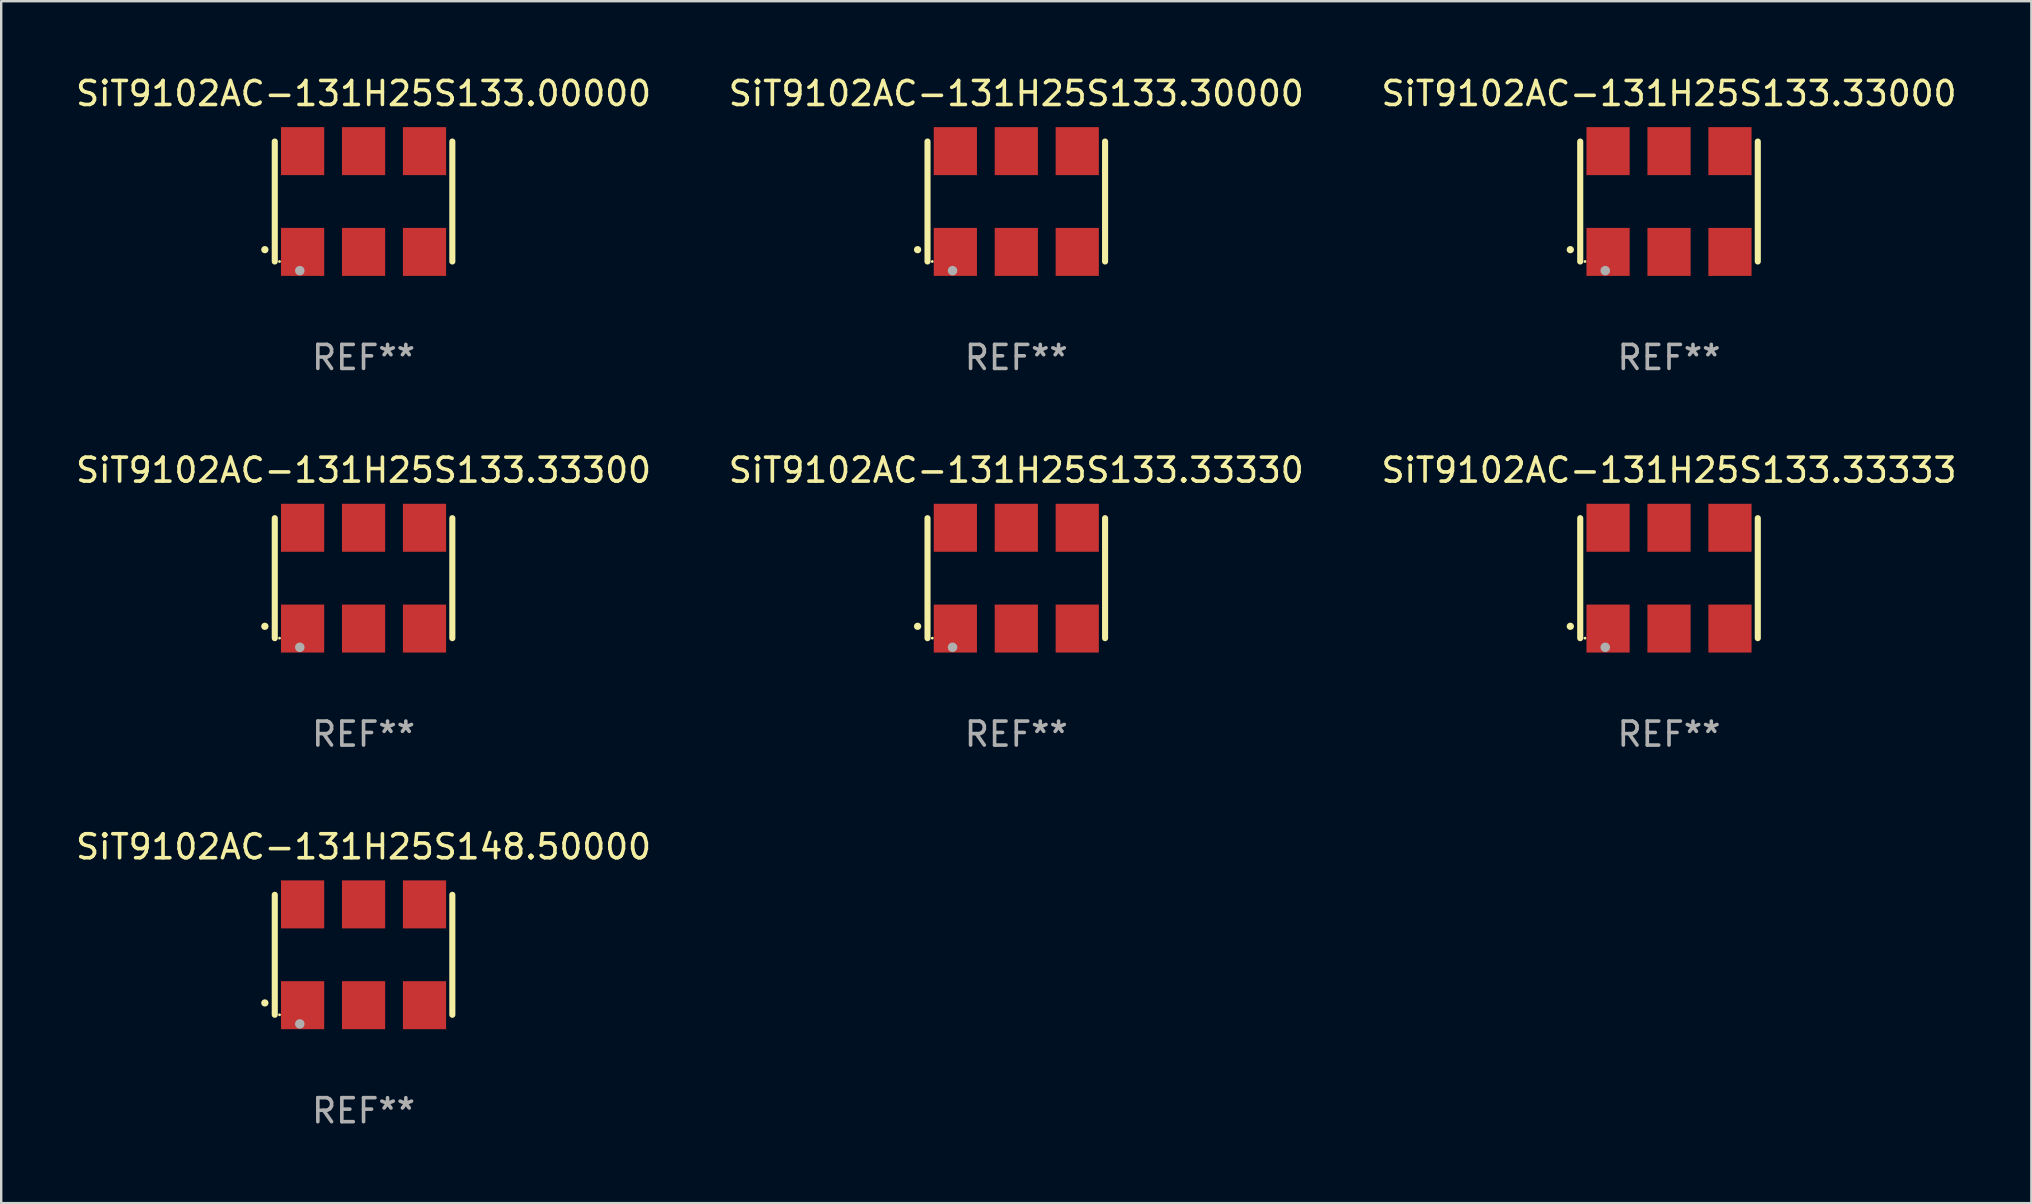
<source format=kicad_pcb>
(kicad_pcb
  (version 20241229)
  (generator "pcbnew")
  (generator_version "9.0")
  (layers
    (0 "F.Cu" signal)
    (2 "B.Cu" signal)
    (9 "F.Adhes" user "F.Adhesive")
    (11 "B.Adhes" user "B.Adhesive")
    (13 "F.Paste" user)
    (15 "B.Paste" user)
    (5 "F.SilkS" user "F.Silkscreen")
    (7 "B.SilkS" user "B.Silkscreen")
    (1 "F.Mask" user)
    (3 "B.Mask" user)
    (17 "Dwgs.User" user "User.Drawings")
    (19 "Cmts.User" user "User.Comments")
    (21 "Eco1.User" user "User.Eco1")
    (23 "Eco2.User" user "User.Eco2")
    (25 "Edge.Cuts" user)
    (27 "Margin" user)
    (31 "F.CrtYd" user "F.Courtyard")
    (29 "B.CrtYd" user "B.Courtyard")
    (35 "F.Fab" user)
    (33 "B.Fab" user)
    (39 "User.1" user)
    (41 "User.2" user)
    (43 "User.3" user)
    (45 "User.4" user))
  (footprint "SiT9102AC-131H25S133.33000"
    (layer "F.Cu")
    (at 66.506 5.348)
    (property "Reference" "SiT9102AC-131H25S133.33000" (at 0 -4.5 0) (layer "F.SilkS") (effects (font (size 1 1) (thickness 0.15))))
    (attr through_hole)
    (fp_line (start -3.7 -2.5) (end -3.7 2.5) (stroke (width 0.254) (type solid)) (layer "F.SilkS"))
    (fp_line (start 3.7 -2.5) (end 3.7 2.5) (stroke (width 0.254) (type solid)) (layer "F.SilkS"))
    (fp_arc (start -4.114415 2.006604) (mid -4.113145 2.006599) (end -4.111875 2.006604) (stroke (width 0.3) (type solid)) (layer "F.SilkS"))
    (fp_circle (center -3.502 2.5) (end -3.472 2.5) (stroke (width 0.06) (type solid)) (fill no) (layer "F.SilkS"))
    (fp_circle (center -2.657 2.882) (end -2.557 2.882) (stroke (width 0.2) (type solid)) (fill no) (layer "F.Fab"))
    (fp_text user "REF**" (at 0 6.5 0) (layer "F.Fab") (effects (font (size 1 1) (thickness 0.15))))
    (pad "1" smd rect (at -2.54 2.1) (size 1.8 2) (layers "F.Cu" "F.Mask" "F.Paste"))
    (pad "2" smd rect (at 0.000394 2.1) (size 1.8 2) (layers "F.Cu" "F.Mask" "F.Paste"))
    (pad "3" smd rect (at 2.54 2.1) (size 1.8 2) (layers "F.Cu" "F.Mask" "F.Paste"))
    (pad "4" smd rect (at 2.54 -2.1) (size 1.8 2) (layers "F.Cu" "F.Mask" "F.Paste"))
    (pad "5" smd rect (at 0.000394 -2.1) (size 1.8 2) (layers "F.Cu" "F.Mask" "F.Paste"))
    (pad "6" smd rect (at -2.54 -2.1) (size 1.8 2) (layers "F.Cu" "F.Mask" "F.Paste")))
  (footprint "SiT9102AC-131H25S133.33300"
    (layer "F.Cu")
    (at 12.101 21.045)
    (property "Reference" "SiT9102AC-131H25S133.33300" (at 0 -4.5 0) (layer "F.SilkS") (effects (font (size 1 1) (thickness 0.15))))
    (attr through_hole)
    (fp_line (start -3.7 -2.5) (end -3.7 2.5) (stroke (width 0.254) (type solid)) (layer "F.SilkS"))
    (fp_line (start 3.7 -2.5) (end 3.7 2.5) (stroke (width 0.254) (type solid)) (layer "F.SilkS"))
    (fp_arc (start -4.114415 2.006604) (mid -4.113145 2.006599) (end -4.111875 2.006604) (stroke (width 0.3) (type solid)) (layer "F.SilkS"))
    (fp_circle (center -3.502 2.5) (end -3.472 2.5) (stroke (width 0.06) (type solid)) (fill no) (layer "F.SilkS"))
    (fp_circle (center -2.657 2.882) (end -2.557 2.882) (stroke (width 0.2) (type solid)) (fill no) (layer "F.Fab"))
    (fp_text user "REF**" (at 0 6.5 0) (layer "F.Fab") (effects (font (size 1 1) (thickness 0.15))))
    (pad "1" smd rect (at -2.54 2.1) (size 1.8 2) (layers "F.Cu" "F.Mask" "F.Paste"))
    (pad "2" smd rect (at 0.000394 2.1) (size 1.8 2) (layers "F.Cu" "F.Mask" "F.Paste"))
    (pad "3" smd rect (at 2.54 2.1) (size 1.8 2) (layers "F.Cu" "F.Mask" "F.Paste"))
    (pad "4" smd rect (at 2.54 -2.1) (size 1.8 2) (layers "F.Cu" "F.Mask" "F.Paste"))
    (pad "5" smd rect (at 0.000394 -2.1) (size 1.8 2) (layers "F.Cu" "F.Mask" "F.Paste"))
    (pad "6" smd rect (at -2.54 -2.1) (size 1.8 2) (layers "F.Cu" "F.Mask" "F.Paste")))
  (footprint "SiT9102AC-131H25S133.30000"
    (layer "F.Cu")
    (at 39.304 5.348)
    (property "Reference" "SiT9102AC-131H25S133.30000" (at 0 -4.5 0) (layer "F.SilkS") (effects (font (size 1 1) (thickness 0.15))))
    (attr through_hole)
    (fp_line (start -3.7 -2.5) (end -3.7 2.5) (stroke (width 0.254) (type solid)) (layer "F.SilkS"))
    (fp_line (start 3.7 -2.5) (end 3.7 2.5) (stroke (width 0.254) (type solid)) (layer "F.SilkS"))
    (fp_arc (start -4.114415 2.006604) (mid -4.113145 2.006599) (end -4.111875 2.006604) (stroke (width 0.3) (type solid)) (layer "F.SilkS"))
    (fp_circle (center -3.502 2.5) (end -3.472 2.5) (stroke (width 0.06) (type solid)) (fill no) (layer "F.SilkS"))
    (fp_circle (center -2.657 2.882) (end -2.557 2.882) (stroke (width 0.2) (type solid)) (fill no) (layer "F.Fab"))
    (fp_text user "REF**" (at 0 6.5 0) (layer "F.Fab") (effects (font (size 1 1) (thickness 0.15))))
    (pad "1" smd rect (at -2.54 2.1) (size 1.8 2) (layers "F.Cu" "F.Mask" "F.Paste"))
    (pad "2" smd rect (at 0.000394 2.1) (size 1.8 2) (layers "F.Cu" "F.Mask" "F.Paste"))
    (pad "3" smd rect (at 2.54 2.1) (size 1.8 2) (layers "F.Cu" "F.Mask" "F.Paste"))
    (pad "4" smd rect (at 2.54 -2.1) (size 1.8 2) (layers "F.Cu" "F.Mask" "F.Paste"))
    (pad "5" smd rect (at 0.000394 -2.1) (size 1.8 2) (layers "F.Cu" "F.Mask" "F.Paste"))
    (pad "6" smd rect (at -2.54 -2.1) (size 1.8 2) (layers "F.Cu" "F.Mask" "F.Paste")))
  (footprint "SiT9102AC-131H25S148.50000"
    (layer "F.Cu")
    (at 12.101 36.741)
    (property "Reference" "SiT9102AC-131H25S148.50000" (at 0 -4.5 0) (layer "F.SilkS") (effects (font (size 1 1) (thickness 0.15))))
    (attr through_hole)
    (fp_line (start -3.7 -2.5) (end -3.7 2.5) (stroke (width 0.254) (type solid)) (layer "F.SilkS"))
    (fp_line (start 3.7 -2.5) (end 3.7 2.5) (stroke (width 0.254) (type solid)) (layer "F.SilkS"))
    (fp_arc (start -4.114415 2.006604) (mid -4.113145 2.006599) (end -4.111875 2.006604) (stroke (width 0.3) (type solid)) (layer "F.SilkS"))
    (fp_circle (center -3.502 2.5) (end -3.472 2.5) (stroke (width 0.06) (type solid)) (fill no) (layer "F.SilkS"))
    (fp_circle (center -2.657 2.882) (end -2.557 2.882) (stroke (width 0.2) (type solid)) (fill no) (layer "F.Fab"))
    (fp_text user "REF**" (at 0 6.5 0) (layer "F.Fab") (effects (font (size 1 1) (thickness 0.15))))
    (pad "1" smd rect (at -2.54 2.1) (size 1.8 2) (layers "F.Cu" "F.Mask" "F.Paste"))
    (pad "2" smd rect (at 0.000394 2.1) (size 1.8 2) (layers "F.Cu" "F.Mask" "F.Paste"))
    (pad "3" smd rect (at 2.54 2.1) (size 1.8 2) (layers "F.Cu" "F.Mask" "F.Paste"))
    (pad "4" smd rect (at 2.54 -2.1) (size 1.8 2) (layers "F.Cu" "F.Mask" "F.Paste"))
    (pad "5" smd rect (at 0.000394 -2.1) (size 1.8 2) (layers "F.Cu" "F.Mask" "F.Paste"))
    (pad "6" smd rect (at -2.54 -2.1) (size 1.8 2) (layers "F.Cu" "F.Mask" "F.Paste")))
  (footprint "SiT9102AC-131H25S133.33333"
    (layer "F.Cu")
    (at 66.506 21.045)
    (property "Reference" "SiT9102AC-131H25S133.33333" (at 0 -4.5 0) (layer "F.SilkS") (effects (font (size 1 1) (thickness 0.15))))
    (attr through_hole)
    (fp_line (start -3.7 -2.5) (end -3.7 2.5) (stroke (width 0.254) (type solid)) (layer "F.SilkS"))
    (fp_line (start 3.7 -2.5) (end 3.7 2.5) (stroke (width 0.254) (type solid)) (layer "F.SilkS"))
    (fp_arc (start -4.114415 2.006604) (mid -4.113145 2.006599) (end -4.111875 2.006604) (stroke (width 0.3) (type solid)) (layer "F.SilkS"))
    (fp_circle (center -3.502 2.5) (end -3.472 2.5) (stroke (width 0.06) (type solid)) (fill no) (layer "F.SilkS"))
    (fp_circle (center -2.657 2.882) (end -2.557 2.882) (stroke (width 0.2) (type solid)) (fill no) (layer "F.Fab"))
    (fp_text user "REF**" (at 0 6.5 0) (layer "F.Fab") (effects (font (size 1 1) (thickness 0.15))))
    (pad "1" smd rect (at -2.54 2.1) (size 1.8 2) (layers "F.Cu" "F.Mask" "F.Paste"))
    (pad "2" smd rect (at 0.000394 2.1) (size 1.8 2) (layers "F.Cu" "F.Mask" "F.Paste"))
    (pad "3" smd rect (at 2.54 2.1) (size 1.8 2) (layers "F.Cu" "F.Mask" "F.Paste"))
    (pad "4" smd rect (at 2.54 -2.1) (size 1.8 2) (layers "F.Cu" "F.Mask" "F.Paste"))
    (pad "5" smd rect (at 0.000394 -2.1) (size 1.8 2) (layers "F.Cu" "F.Mask" "F.Paste"))
    (pad "6" smd rect (at -2.54 -2.1) (size 1.8 2) (layers "F.Cu" "F.Mask" "F.Paste")))
  (footprint "SiT9102AC-131H25S133.00000"
    (layer "F.Cu")
    (at 12.101 5.348)
    (property "Reference" "SiT9102AC-131H25S133.00000" (at 0 -4.5 0) (layer "F.SilkS") (effects (font (size 1 1) (thickness 0.15))))
    (attr through_hole)
    (fp_line (start -3.7 -2.5) (end -3.7 2.5) (stroke (width 0.254) (type solid)) (layer "F.SilkS"))
    (fp_line (start 3.7 -2.5) (end 3.7 2.5) (stroke (width 0.254) (type solid)) (layer "F.SilkS"))
    (fp_arc (start -4.114415 2.006604) (mid -4.113145 2.006599) (end -4.111875 2.006604) (stroke (width 0.3) (type solid)) (layer "F.SilkS"))
    (fp_circle (center -3.502 2.5) (end -3.472 2.5) (stroke (width 0.06) (type solid)) (fill no) (layer "F.SilkS"))
    (fp_circle (center -2.657 2.882) (end -2.557 2.882) (stroke (width 0.2) (type solid)) (fill no) (layer "F.Fab"))
    (fp_text user "REF**" (at 0 6.5 0) (layer "F.Fab") (effects (font (size 1 1) (thickness 0.15))))
    (pad "1" smd rect (at -2.54 2.1) (size 1.8 2) (layers "F.Cu" "F.Mask" "F.Paste"))
    (pad "2" smd rect (at 0.000394 2.1) (size 1.8 2) (layers "F.Cu" "F.Mask" "F.Paste"))
    (pad "3" smd rect (at 2.54 2.1) (size 1.8 2) (layers "F.Cu" "F.Mask" "F.Paste"))
    (pad "4" smd rect (at 2.54 -2.1) (size 1.8 2) (layers "F.Cu" "F.Mask" "F.Paste"))
    (pad "5" smd rect (at 0.000394 -2.1) (size 1.8 2) (layers "F.Cu" "F.Mask" "F.Paste"))
    (pad "6" smd rect (at -2.54 -2.1) (size 1.8 2) (layers "F.Cu" "F.Mask" "F.Paste")))
  (footprint "SiT9102AC-131H25S133.33330"
    (layer "F.Cu")
    (at 39.304 21.045)
    (property "Reference" "SiT9102AC-131H25S133.33330" (at 0 -4.5 0) (layer "F.SilkS") (effects (font (size 1 1) (thickness 0.15))))
    (attr through_hole)
    (fp_line (start -3.7 -2.5) (end -3.7 2.5) (stroke (width 0.254) (type solid)) (layer "F.SilkS"))
    (fp_line (start 3.7 -2.5) (end 3.7 2.5) (stroke (width 0.254) (type solid)) (layer "F.SilkS"))
    (fp_arc (start -4.114415 2.006604) (mid -4.113145 2.006599) (end -4.111875 2.006604) (stroke (width 0.3) (type solid)) (layer "F.SilkS"))
    (fp_circle (center -3.502 2.5) (end -3.472 2.5) (stroke (width 0.06) (type solid)) (fill no) (layer "F.SilkS"))
    (fp_circle (center -2.657 2.882) (end -2.557 2.882) (stroke (width 0.2) (type solid)) (fill no) (layer "F.Fab"))
    (fp_text user "REF**" (at 0 6.5 0) (layer "F.Fab") (effects (font (size 1 1) (thickness 0.15))))
    (pad "1" smd rect (at -2.54 2.1) (size 1.8 2) (layers "F.Cu" "F.Mask" "F.Paste"))
    (pad "2" smd rect (at 0.000394 2.1) (size 1.8 2) (layers "F.Cu" "F.Mask" "F.Paste"))
    (pad "3" smd rect (at 2.54 2.1) (size 1.8 2) (layers "F.Cu" "F.Mask" "F.Paste"))
    (pad "4" smd rect (at 2.54 -2.1) (size 1.8 2) (layers "F.Cu" "F.Mask" "F.Paste"))
    (pad "5" smd rect (at 0.000394 -2.1) (size 1.8 2) (layers "F.Cu" "F.Mask" "F.Paste"))
    (pad "6" smd rect (at -2.54 -2.1) (size 1.8 2) (layers "F.Cu" "F.Mask" "F.Paste")))
  (gr_rect
    (start -3 -3)
    (end 81.607 47.09)
    (stroke (width 0.1) (type default))
    (fill no)
    (layer "Edge.Cuts")))
</source>
